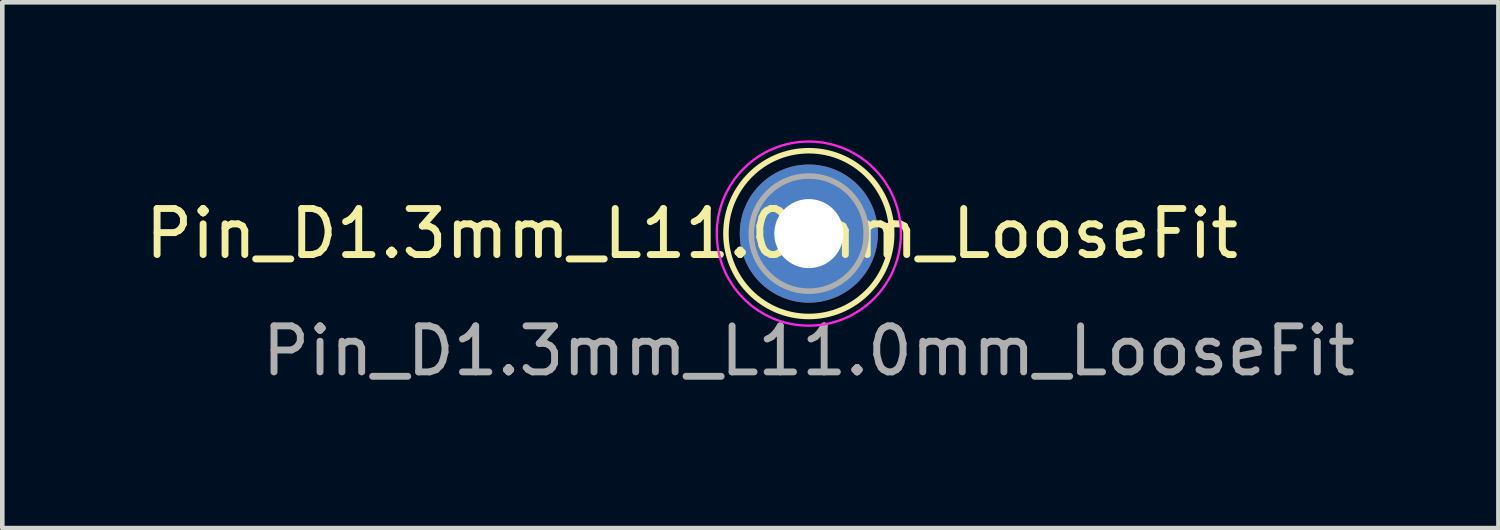
<source format=kicad_pcb>
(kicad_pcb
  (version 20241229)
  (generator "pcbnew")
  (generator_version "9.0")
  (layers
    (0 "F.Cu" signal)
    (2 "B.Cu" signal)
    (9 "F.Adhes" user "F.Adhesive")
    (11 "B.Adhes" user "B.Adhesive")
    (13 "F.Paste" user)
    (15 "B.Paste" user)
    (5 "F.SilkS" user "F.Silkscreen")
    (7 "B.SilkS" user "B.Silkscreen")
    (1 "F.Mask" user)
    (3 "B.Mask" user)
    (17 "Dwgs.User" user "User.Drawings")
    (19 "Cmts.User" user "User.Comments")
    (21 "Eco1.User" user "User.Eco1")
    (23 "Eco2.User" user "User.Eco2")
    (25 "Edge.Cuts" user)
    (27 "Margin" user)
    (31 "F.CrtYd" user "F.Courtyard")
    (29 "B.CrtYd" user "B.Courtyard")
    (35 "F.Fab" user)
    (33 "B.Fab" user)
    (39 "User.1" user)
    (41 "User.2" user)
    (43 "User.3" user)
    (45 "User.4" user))
  (footprint "Pin_D1.3mm_L11.0mm_LooseFit"
    (layer "F.Cu")
    (at 14.522 2.025)
    (property "Reference" "Pin_D1.3mm_L11.0mm_LooseFit" (at -2.54 0 0) (layer "F.SilkS") (effects (font (size 1 1) (thickness 0.15))))
    (attr through_hole)
    (fp_circle (center 0 0) (end 1.8 0.05) (stroke (width 0.12) (type solid)) (fill no) (layer "F.SilkS"))
    (fp_circle (center 0 0) (end 2 0) (stroke (width 0.05) (type solid)) (fill no) (layer "F.CrtYd"))
    (fp_circle (center 0 0) (end 0.65 -0.05) (stroke (width 0.12) (type solid)) (fill no) (layer "F.Fab"))
    (fp_circle (center 0 0) (end 1.25 -0.05) (stroke (width 0.12) (type solid)) (fill no) (layer "F.Fab"))
    (fp_text user "${REFERENCE}" (at 0 2.55 0) (layer "F.Fab") (effects (font (size 1 1) (thickness 0.15))))
    (pad "1" thru_hole circle (at 0 0) (size 3 3) (drill 1.5) (layers "*.Cu" "*.Mask")))
  (gr_rect
    (start -3 -3)
    (end 29.504 8.423)
    (stroke (width 0.1) (type default))
    (fill no)
    (layer "Edge.Cuts")))
</source>
